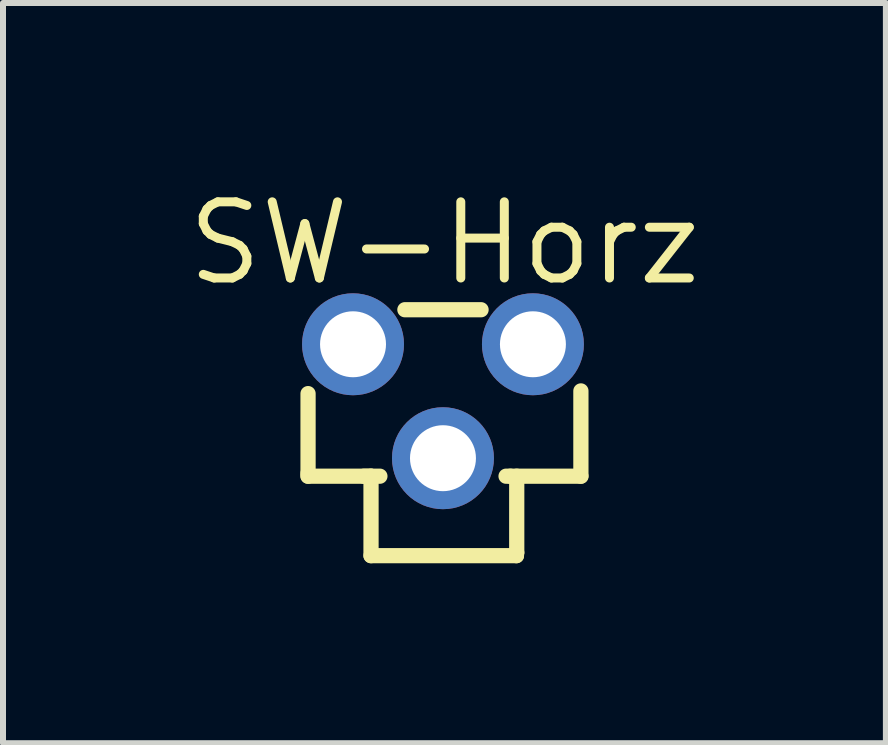
<source format=kicad_pcb>
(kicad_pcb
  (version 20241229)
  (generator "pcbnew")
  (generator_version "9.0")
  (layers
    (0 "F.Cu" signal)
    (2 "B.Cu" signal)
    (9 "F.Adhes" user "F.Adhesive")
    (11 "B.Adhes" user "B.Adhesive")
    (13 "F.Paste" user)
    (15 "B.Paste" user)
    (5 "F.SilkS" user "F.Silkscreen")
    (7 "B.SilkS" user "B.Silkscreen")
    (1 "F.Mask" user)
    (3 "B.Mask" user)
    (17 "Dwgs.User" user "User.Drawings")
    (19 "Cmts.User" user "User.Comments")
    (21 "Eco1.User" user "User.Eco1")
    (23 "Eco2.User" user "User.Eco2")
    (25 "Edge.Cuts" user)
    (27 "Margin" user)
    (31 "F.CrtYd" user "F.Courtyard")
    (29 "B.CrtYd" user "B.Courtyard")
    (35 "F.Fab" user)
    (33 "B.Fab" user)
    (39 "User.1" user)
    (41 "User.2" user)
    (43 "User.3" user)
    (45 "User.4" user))
  (footprint "SW-Horz"
    (layer "F.Cu")
    (at 4.337 3.641)
    (property "Reference" "SW-Horz" (at 0.025 -2.635 0) (layer "F.SilkS") (effects (font (size 1.27 1.27) (thickness 0.15))))
    (fp_line (start -2.25 1.2) (end -2.25 -0.127) (stroke (width 0.254) (type default)) (layer "F.SilkS"))
    (fp_line (start -2.25 1.25) (end -2.25 1.2) (stroke (width 0.254) (type default)) (layer "F.SilkS"))
    (fp_line (start -1.319 1.25) (end -1.2 1.25) (stroke (width 0.254) (type default)) (layer "F.SilkS"))
    (fp_line (start -1.2 1.25) (end -1.2 2.575) (stroke (width 0.254) (type default)) (layer "F.SilkS"))
    (fp_line (start -1.2 2.575) (end 1.225 2.575) (stroke (width 0.254) (type default)) (layer "F.SilkS"))
    (fp_line (start -1.052 1.25) (end -2.25 1.25) (stroke (width 0.254) (type default)) (layer "F.SilkS"))
    (fp_line (start -0.635 -1.526) (end 0.635 -1.526) (stroke (width 0.254) (type default)) (layer "F.SilkS"))
    (fp_line (start 1.125 1.25) (end 1.052 1.25) (stroke (width 0.254) (type default)) (layer "F.SilkS"))
    (fp_line (start 1.225 2.525) (end 1.23 2.525) (stroke (width 0.254) (type default)) (layer "F.SilkS"))
    (fp_line (start 1.225 2.575) (end 1.225 2.525) (stroke (width 0.254) (type default)) (layer "F.SilkS"))
    (fp_line (start 1.23 2.525) (end 1.23 1.25) (stroke (width 0.254) (type default)) (layer "F.SilkS"))
    (fp_line (start 2.3 -0.172) (end 2.3 1.25) (stroke (width 0.254) (type default)) (layer "F.SilkS"))
    (fp_line (start 2.3 1.25) (end 1.125 1.25) (stroke (width 0.254) (type default)) (layer "F.SilkS"))
    (fp_circle (center 2.25 -1.5) (end 2.28 -1.5) (stroke (width 0.06) (type default)) (fill no) (layer "User.5"))
    (pad "1" thru_hole oval (at 1.5 -0.95 180) (size 1.7 1.7) (drill 1.1) (layers "*.Cu" "*.Mask"))
    (pad "2" thru_hole oval (at -1.5 -0.95 180) (size 1.7 1.7) (drill 1.1) (layers "*.Cu" "*.Mask"))
    (pad "3" thru_hole oval (at -0.0001 0.95 180) (size 1.7 1.7) (drill 1.1) (layers "*.Cu" "*.Mask"))
    (zone (net_name "") (layer "Dwgs.User") (hatch edge 0.5) (priority 100) (connect_pads yes) (min_thickness 0) (filled_areas_thickness no) (fill yes) (polygon (pts (xy 3.137 6.241) (xy 3.137 5.016) (xy 5.537 5.016) (xy 5.537 6.241))) (filled_polygon (layer "Dwgs.User") (island) (pts (xy 3.137 6.241) (xy 3.137 5.016) (xy 5.537 5.016) (xy 5.537 6.241))))
    (zone (net_name "") (layer "User.3") (hatch edge 0.5) (priority 100) (connect_pads yes) (min_thickness 0) (filled_areas_thickness no) (fill yes) (polygon (pts (xy 2.087 2.141) (xy 6.587 2.141) (xy 6.587 4.891) (xy 5.587 4.891) (xy 5.587 6.266) (xy 3.087 6.266) (xy 3.087 4.891) (xy 2.087 4.891))) (filled_polygon (layer "User.3") (island) (pts (xy 2.087 2.141) (xy 6.587 2.141) (xy 6.587 4.891) (xy 5.587 4.891) (xy 5.587 6.266) (xy 3.087 6.266) (xy 3.087 4.891) (xy 2.087 4.891))))
    (zone (net_name "") (layer "User.4") (hatch edge 0.5) (priority 100) (connect_pads yes) (min_thickness 0) (filled_areas_thickness no) (fill yes) (polygon (pts (xy 3.187 2.566) (xy 3.187 2.816) (xy 2.487 2.816) (xy 2.487 2.566))) (filled_polygon (layer "User.4") (island) (pts (xy 3.187 2.566) (xy 3.187 2.816) (xy 2.487 2.816) (xy 2.487 2.566))))
    (zone (net_name "") (layer "User.4") (hatch edge 0.5) (priority 100) (connect_pads yes) (min_thickness 0) (filled_areas_thickness no) (fill yes) (polygon (pts (xy 4.686 4.741) (xy 3.986 4.741) (xy 3.986 4.441) (xy 4.686 4.441))) (filled_polygon (layer "User.4") (island) (pts (xy 4.686 4.741) (xy 3.986 4.741) (xy 3.986 4.441) (xy 4.686 4.441))))
    (zone (net_name "") (layer "User.4") (hatch edge 0.5) (priority 100) (connect_pads yes) (min_thickness 0) (filled_areas_thickness no) (fill yes) (polygon (pts (xy 6.187 2.566) (xy 6.187 2.816) (xy 5.487 2.816) (xy 5.487 2.566))) (filled_polygon (layer "User.4") (island) (pts (xy 6.187 2.566) (xy 6.187 2.816) (xy 5.487 2.816) (xy 5.487 2.566)))))
  (gr_rect
    (start -3 -3)
    (end 11.723 9.343)
    (stroke (width 0.1) (type default))
    (fill no)
    (layer "Edge.Cuts")))
</source>
